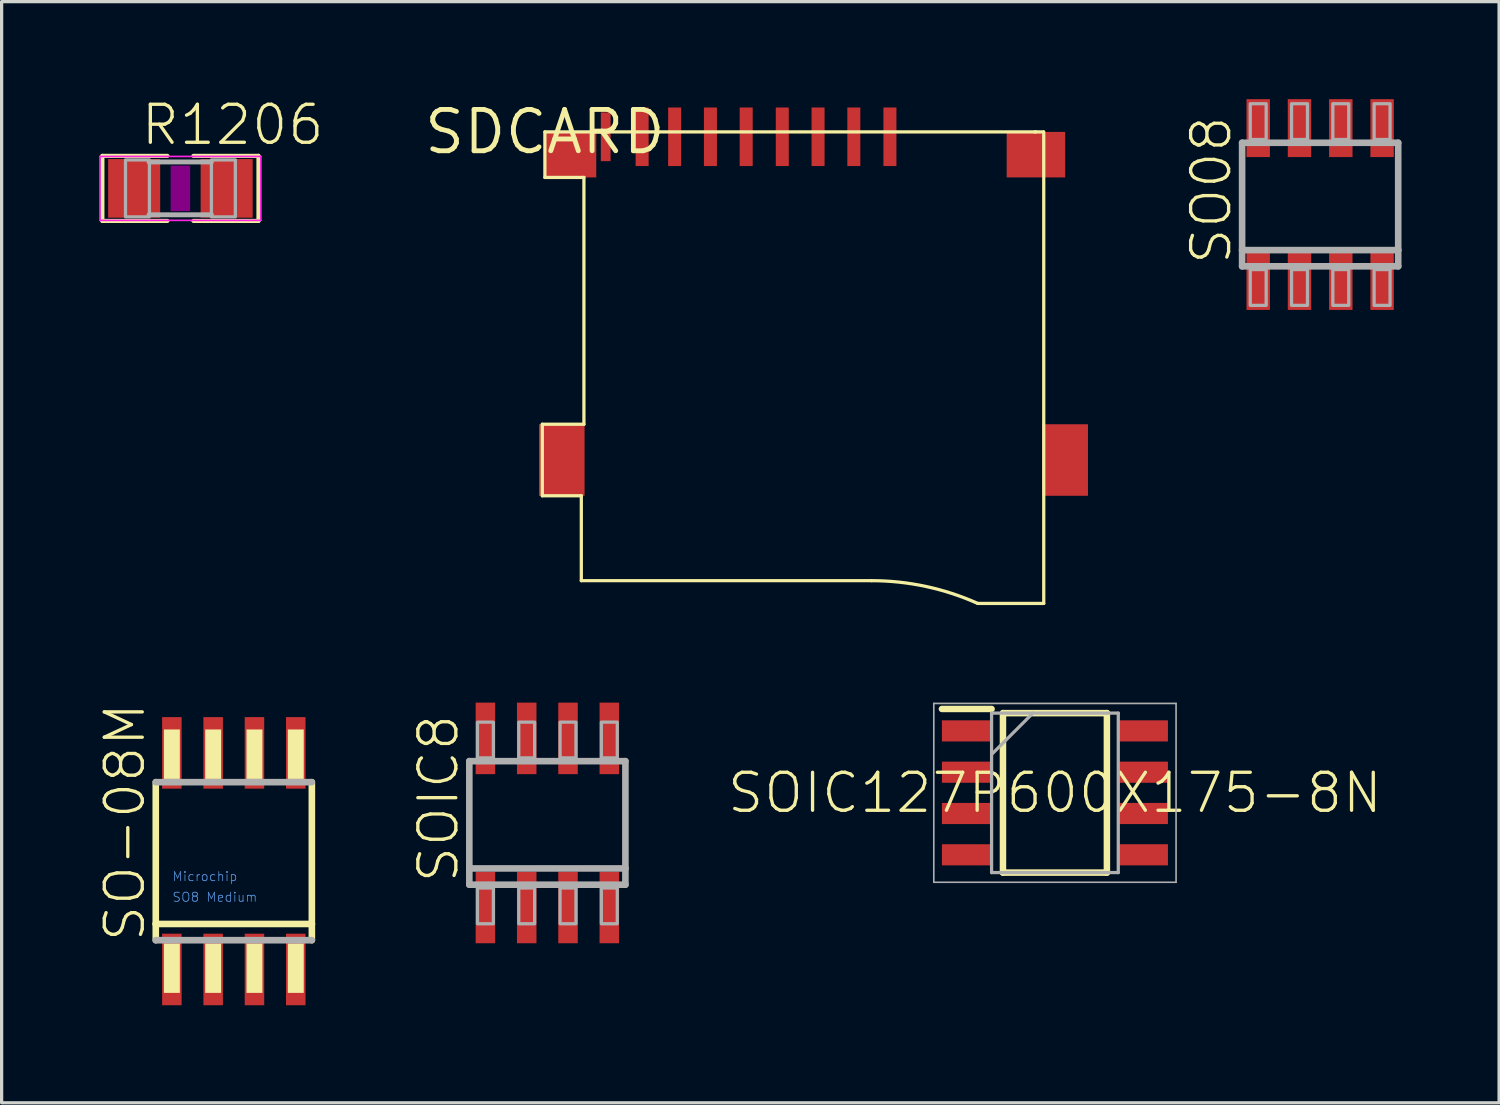
<source format=kicad_pcb>
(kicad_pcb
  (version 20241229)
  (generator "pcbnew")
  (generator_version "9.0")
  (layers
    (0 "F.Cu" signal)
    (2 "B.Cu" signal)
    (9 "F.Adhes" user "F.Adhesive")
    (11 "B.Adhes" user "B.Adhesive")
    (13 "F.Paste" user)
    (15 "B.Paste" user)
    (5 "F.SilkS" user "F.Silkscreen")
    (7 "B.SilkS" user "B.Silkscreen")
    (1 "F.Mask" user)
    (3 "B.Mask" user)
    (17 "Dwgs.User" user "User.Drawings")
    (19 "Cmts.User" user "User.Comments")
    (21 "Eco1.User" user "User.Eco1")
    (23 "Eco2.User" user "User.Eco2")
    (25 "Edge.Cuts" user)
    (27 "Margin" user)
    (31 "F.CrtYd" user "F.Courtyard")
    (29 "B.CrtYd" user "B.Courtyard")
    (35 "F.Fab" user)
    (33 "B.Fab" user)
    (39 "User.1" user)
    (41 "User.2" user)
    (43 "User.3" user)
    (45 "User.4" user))
  (footprint "SO08"
    (layer "F.Cu")
    (at 37.546 3.24)
    (property "Reference" "SO08" (at -2.667 1.905 90) (layer "F.SilkS") (effects (font (size 1.168 1.168) (thickness 0.102)) (justify left bottom)))
    (fp_line (start -2.4 -1.9) (end 2.4 -1.9) (stroke (width 0.203) (type solid)) (layer "F.Fab"))
    (fp_line (start -2.4 1.4) (end -2.4 -1.9) (stroke (width 0.203) (type solid)) (layer "F.Fab"))
    (fp_line (start -2.4 1.9) (end -2.4 1.4) (stroke (width 0.203) (type solid)) (layer "F.Fab"))
    (fp_line (start 2.4 -1.9) (end 2.4 1.4) (stroke (width 0.203) (type solid)) (layer "F.Fab"))
    (fp_line (start 2.4 1.4) (end -2.4 1.4) (stroke (width 0.203) (type solid)) (layer "F.Fab"))
    (fp_line (start 2.4 1.4) (end 2.4 1.9) (stroke (width 0.203) (type solid)) (layer "F.Fab"))
    (fp_line (start 2.4 1.9) (end -2.4 1.9) (stroke (width 0.203) (type solid)) (layer "F.Fab"))
    (fp_poly (pts (xy -2.15 -2) (xy -1.66 -2) (xy -1.66 -3.1) (xy -2.15 -3.1)) (stroke (width 0.1) (type default)) (fill no) (layer "F.Fab"))
    (fp_poly (pts (xy -2.15 3.1) (xy -1.66 3.1) (xy -1.66 2) (xy -2.15 2)) (stroke (width 0.1) (type default)) (fill no) (layer "F.Fab"))
    (fp_poly (pts (xy -0.88 -2) (xy -0.39 -2) (xy -0.39 -3.1) (xy -0.88 -3.1)) (stroke (width 0.1) (type default)) (fill no) (layer "F.Fab"))
    (fp_poly (pts (xy -0.88 3.1) (xy -0.39 3.1) (xy -0.39 2) (xy -0.88 2)) (stroke (width 0.1) (type default)) (fill no) (layer "F.Fab"))
    (fp_poly (pts (xy 0.39 -2) (xy 0.88 -2) (xy 0.88 -3.1) (xy 0.39 -3.1)) (stroke (width 0.1) (type default)) (fill no) (layer "F.Fab"))
    (fp_poly (pts (xy 0.39 3.1) (xy 0.88 3.1) (xy 0.88 2) (xy 0.39 2)) (stroke (width 0.1) (type default)) (fill no) (layer "F.Fab"))
    (fp_poly (pts (xy 1.66 -2) (xy 2.15 -2) (xy 2.15 -3.1) (xy 1.66 -3.1)) (stroke (width 0.1) (type default)) (fill no) (layer "F.Fab"))
    (fp_poly (pts (xy 1.66 3.1) (xy 2.15 3.1) (xy 2.15 2) (xy 1.66 2)) (stroke (width 0.1) (type default)) (fill no) (layer "F.Fab"))
    (pad "1" smd rect (at -1.905 2.35) (size 0.72 1.78) (layers "F.Cu" "F.Mask" "F.Paste"))
    (pad "2" smd rect (at -0.635 2.35) (size 0.72 1.78) (layers "F.Cu" "F.Mask" "F.Paste"))
    (pad "3" smd rect (at 0.635 2.35) (size 0.72 1.78) (layers "F.Cu" "F.Mask" "F.Paste"))
    (pad "4" smd rect (at 1.905 2.35) (size 0.72 1.78) (layers "F.Cu" "F.Mask" "F.Paste"))
    (pad "5" smd rect (at 1.905 -2.35) (size 0.72 1.78) (layers "F.Cu" "F.Mask" "F.Paste"))
    (pad "6" smd rect (at 0.635 -2.35) (size 0.72 1.78) (layers "F.Cu" "F.Mask" "F.Paste"))
    (pad "7" smd rect (at -0.635 -2.35) (size 0.72 1.78) (layers "F.Cu" "F.Mask" "F.Paste"))
    (pad "8" smd rect (at -1.905 -2.35) (size 0.72 1.78) (layers "F.Cu" "F.Mask" "F.Paste")))
  (footprint "SOIC127P600X175-8N"
    (layer "F.Cu")
    (at 29.39 21.331)
    (property "Reference" "SOIC127P600X175-8N" (at 0 0 0) (layer "F.SilkS") (effects (font (size 1.168 1.168) (thickness 0.102))))
    (fp_line (start -3.475 -2.58) (end -1.948 -2.58) (stroke (width 0.2) (type solid)) (layer "F.SilkS"))
    (fp_line (start -1.598 -2.452) (end 1.598 -2.452) (stroke (width 0.2) (type solid)) (layer "F.SilkS"))
    (fp_line (start -1.598 2.452) (end -1.598 -2.452) (stroke (width 0.2) (type solid)) (layer "F.SilkS"))
    (fp_line (start 1.598 -2.452) (end 1.598 2.452) (stroke (width 0.2) (type solid)) (layer "F.SilkS"))
    (fp_line (start 1.598 2.452) (end -1.598 2.452) (stroke (width 0.2) (type solid)) (layer "F.SilkS"))
    (fp_line (start -3.725 -2.75) (end 3.725 -2.75) (stroke (width 0.05) (type solid)) (layer "F.Fab"))
    (fp_line (start -3.725 2.75) (end -3.725 -2.75) (stroke (width 0.05) (type solid)) (layer "F.Fab"))
    (fp_line (start -1.948 -2.452) (end 1.948 -2.452) (stroke (width 0.1) (type solid)) (layer "F.Fab"))
    (fp_line (start -1.948 -1.182) (end -0.678 -2.452) (stroke (width 0.1) (type solid)) (layer "F.Fab"))
    (fp_line (start -1.948 2.452) (end -1.948 -2.452) (stroke (width 0.1) (type solid)) (layer "F.Fab"))
    (fp_line (start 1.948 -2.452) (end 1.948 2.452) (stroke (width 0.1) (type solid)) (layer "F.Fab"))
    (fp_line (start 1.948 2.452) (end -1.948 2.452) (stroke (width 0.1) (type solid)) (layer "F.Fab"))
    (fp_line (start 3.725 -2.75) (end 3.725 2.75) (stroke (width 0.05) (type solid)) (layer "F.Fab"))
    (fp_line (start 3.725 2.75) (end -3.725 2.75) (stroke (width 0.05) (type solid)) (layer "F.Fab"))
    (pad "1" smd rect (at -2.711 -1.905) (size 1.528 0.65) (layers "F.Cu" "F.Mask" "F.Paste"))
    (pad "2" smd rect (at -2.711 -0.635) (size 1.528 0.65) (layers "F.Cu" "F.Mask" "F.Paste"))
    (pad "3" smd rect (at -2.711 0.635) (size 1.528 0.65) (layers "F.Cu" "F.Mask" "F.Paste"))
    (pad "4" smd rect (at -2.711 1.905) (size 1.528 0.65) (layers "F.Cu" "F.Mask" "F.Paste"))
    (pad "5" smd rect (at 2.711 1.905) (size 1.528 0.65) (layers "F.Cu" "F.Mask" "F.Paste"))
    (pad "6" smd rect (at 2.711 0.635) (size 1.528 0.65) (layers "F.Cu" "F.Mask" "F.Paste"))
    (pad "7" smd rect (at 2.711 -0.635) (size 1.528 0.65) (layers "F.Cu" "F.Mask" "F.Paste"))
    (pad "8" smd rect (at 2.711 -1.905) (size 1.528 0.65) (layers "F.Cu" "F.Mask" "F.Paste")))
  (footprint "R1206"
    (layer "F.Cu")
    (at 2.498 2.743)
    (property "Reference" "R1206" (at -1.27 -1.27 0) (layer "F.SilkS") (effects (font (size 1.168 1.168) (thickness 0.102)) (justify left bottom)))
    (fp_line (start -2.4 -1) (end -0.4 -1) (stroke (width 0.127) (type solid)) (layer "F.SilkS"))
    (fp_line (start -2.4 1) (end -2.4 -1) (stroke (width 0.127) (type solid)) (layer "F.SilkS"))
    (fp_line (start -0.4 1) (end -2.4 1) (stroke (width 0.127) (type solid)) (layer "F.SilkS"))
    (fp_line (start 0.4 -1) (end 2.4 -1) (stroke (width 0.127) (type solid)) (layer "F.SilkS"))
    (fp_line (start 2.4 -1) (end 2.4 1) (stroke (width 0.127) (type solid)) (layer "F.SilkS"))
    (fp_line (start 2.4 1) (end 0.4 1) (stroke (width 0.127) (type solid)) (layer "F.SilkS"))
    (fp_poly (pts (xy -0.3 0.7) (xy 0.3 0.7) (xy 0.3 -0.7) (xy -0.3 -0.7)) (stroke (width 0) (type default)) (fill yes) (layer "F.Adhes"))
    (fp_line (start -2.473 -0.983) (end 2.473 -0.983) (stroke (width 0.051) (type solid)) (layer "F.CrtYd"))
    (fp_line (start -2.473 0.983) (end -2.473 -0.983) (stroke (width 0.051) (type solid)) (layer "F.CrtYd"))
    (fp_line (start 2.473 -0.983) (end 2.473 0.983) (stroke (width 0.051) (type solid)) (layer "F.CrtYd"))
    (fp_line (start 2.473 0.983) (end -2.473 0.983) (stroke (width 0.051) (type solid)) (layer "F.CrtYd"))
    (fp_line (start 0.953 -0.813) (end -0.965 -0.813) (stroke (width 0.152) (type solid)) (layer "F.Fab"))
    (fp_line (start 0.953 0.813) (end -0.965 0.813) (stroke (width 0.152) (type solid)) (layer "F.Fab"))
    (fp_poly (pts (xy -1.689 0.876) (xy -0.953 0.876) (xy -0.953 -0.876) (xy -1.689 -0.876)) (stroke (width 0.1) (type default)) (fill no) (layer "F.Fab"))
    (fp_poly (pts (xy 0.953 0.876) (xy 1.689 0.876) (xy 1.689 -0.876) (xy 0.953 -0.876)) (stroke (width 0.1) (type default)) (fill no) (layer "F.Fab"))
    (pad "1" smd rect (at -1.422 0) (size 1.6 1.803) (layers "F.Cu" "F.Mask" "F.Paste"))
    (pad "2" smd rect (at 1.422 0) (size 1.6 1.803) (layers "F.Cu" "F.Mask" "F.Paste")))
  (footprint "SO-08M"
    (layer "F.Cu")
    (at 4.14 23.432)
    (property "Reference" "SO-08M" (at -2.667 2.54 90) (layer "F.SilkS") (effects (font (size 1.168 1.168) (thickness 0.102)) (justify left bottom)))
    (fp_line (start -2.4 1.93) (end -2.4 -2.43) (stroke (width 0.203) (type solid)) (layer "F.SilkS"))
    (fp_line (start -2.4 2.43) (end -2.4 1.93) (stroke (width 0.203) (type solid)) (layer "F.SilkS"))
    (fp_line (start 2.4 -2.43) (end 2.4 1.93) (stroke (width 0.203) (type solid)) (layer "F.SilkS"))
    (fp_line (start 2.4 1.93) (end -2.4 1.93) (stroke (width 0.203) (type solid)) (layer "F.SilkS"))
    (fp_line (start 2.4 1.93) (end 2.4 2.43) (stroke (width 0.203) (type solid)) (layer "F.SilkS"))
    (fp_poly (pts (xy -2.15 -2.53) (xy -1.66 -2.53) (xy -1.66 -4.05) (xy -2.15 -4.05)) (stroke (width 0) (type default)) (fill yes) (layer "F.SilkS"))
    (fp_poly (pts (xy -2.15 4.05) (xy -1.66 4.05) (xy -1.66 2.53) (xy -2.15 2.53)) (stroke (width 0) (type default)) (fill yes) (layer "F.SilkS"))
    (fp_poly (pts (xy -0.88 -2.53) (xy -0.39 -2.53) (xy -0.39 -4.05) (xy -0.88 -4.05)) (stroke (width 0) (type default)) (fill yes) (layer "F.SilkS"))
    (fp_poly (pts (xy -0.88 4.05) (xy -0.39 4.05) (xy -0.39 2.53) (xy -0.88 2.53)) (stroke (width 0) (type default)) (fill yes) (layer "F.SilkS"))
    (fp_poly (pts (xy 0.39 -2.53) (xy 0.88 -2.53) (xy 0.88 -4.05) (xy 0.39 -4.05)) (stroke (width 0) (type default)) (fill yes) (layer "F.SilkS"))
    (fp_poly (pts (xy 0.39 4.05) (xy 0.88 4.05) (xy 0.88 2.53) (xy 0.39 2.53)) (stroke (width 0) (type default)) (fill yes) (layer "F.SilkS"))
    (fp_poly (pts (xy 1.66 -2.53) (xy 2.15 -2.53) (xy 2.15 -4.05) (xy 1.66 -4.05)) (stroke (width 0) (type default)) (fill yes) (layer "F.SilkS"))
    (fp_poly (pts (xy 1.66 4.05) (xy 2.15 4.05) (xy 2.15 2.53) (xy 1.66 2.53)) (stroke (width 0) (type default)) (fill yes) (layer "F.SilkS"))
    (fp_line (start -2.4 -2.43) (end 2.4 -2.43) (stroke (width 0.203) (type solid)) (layer "F.Fab"))
    (fp_line (start 2.4 2.43) (end -2.4 2.43) (stroke (width 0.203) (type solid)) (layer "F.Fab"))
    (fp_text user "SO8 Medium" (at -1.905 1.27 0) (layer "Cmts.User") (effects (font (size 0.28 0.28) (thickness 0.024)) (justify left bottom)))
    (fp_text user "Microchip" (at -1.905 0.635 0) (layer "Cmts.User") (effects (font (size 0.28 0.28) (thickness 0.024)) (justify left bottom)))
    (pad "1" smd rect (at -1.905 3.33) (size 0.6 2.2) (layers "F.Cu" "F.Mask" "F.Paste"))
    (pad "2" smd rect (at -0.635 3.33) (size 0.6 2.2) (layers "F.Cu" "F.Mask" "F.Paste"))
    (pad "3" smd rect (at 0.635 3.33) (size 0.6 2.2) (layers "F.Cu" "F.Mask" "F.Paste"))
    (pad "4" smd rect (at 1.905 3.33) (size 0.6 2.2) (layers "F.Cu" "F.Mask" "F.Paste"))
    (pad "5" smd rect (at 1.905 -3.33) (size 0.6 2.2) (layers "F.Cu" "F.Mask" "F.Paste"))
    (pad "6" smd rect (at 0.635 -3.33) (size 0.6 2.2) (layers "F.Cu" "F.Mask" "F.Paste"))
    (pad "7" smd rect (at -0.635 -3.33) (size 0.6 2.2) (layers "F.Cu" "F.Mask" "F.Paste"))
    (pad "8" smd rect (at -1.905 -3.33) (size 0.6 2.2) (layers "F.Cu" "F.Mask" "F.Paste")))
  (footprint "SDCARD"
    (layer "F.Cu")
    (at 13.706 1.006)
    (property "Reference" "SDCARD" (at 0 0 0) (layer "F.SilkS") (effects (font (size 1.27 1.27) (thickness 0.15))))
    (fp_line (start -0.08 8.99) (end -0.08 11.19) (stroke (width 0.1) (type solid)) (layer "F.SilkS"))
    (fp_line (start -0.08 8.99) (end 1.2 8.99) (stroke (width 0.1) (type solid)) (layer "F.SilkS"))
    (fp_line (start -0.08 11.19) (end 1.12 11.19) (stroke (width 0.1) (type solid)) (layer "F.SilkS"))
    (fp_line (start 0 0) (end 0 1.4) (stroke (width 0.1) (type solid)) (layer "F.SilkS"))
    (fp_line (start 0 0) (end 15.1 0) (stroke (width 0.1) (type solid)) (layer "F.SilkS"))
    (fp_line (start 0 1.4) (end 1.2 1.4) (stroke (width 0.1) (type solid)) (layer "F.SilkS"))
    (fp_line (start 1.12 11.19) (end 1.12 13.8) (stroke (width 0.1) (type solid)) (layer "F.SilkS"))
    (fp_line (start 1.12 13.8) (end 10.04 13.8) (stroke (width 0.1) (type solid)) (layer "F.SilkS"))
    (fp_line (start 1.2 1.4) (end 1.2 8.99) (stroke (width 0.1) (type solid)) (layer "F.SilkS"))
    (fp_line (start 15.06 0) (end 15.33 0) (stroke (width 0.1) (type solid)) (layer "F.SilkS"))
    (fp_line (start 15.34 0) (end 15.34 14.5) (stroke (width 0.1) (type solid)) (layer "F.SilkS"))
    (fp_line (start 15.34 14.5) (end 13.31 14.5) (stroke (width 0.1) (type solid)) (layer "F.SilkS"))
    (fp_arc (start 10.04 13.8) (mid 11.712042 13.976961) (end 13.31 14.5) (stroke (width 0.1) (type solid)) (layer "F.SilkS"))
    (pad "1" smd rect (at 10.61 0.15 90) (size 1.8 0.4) (layers "F.Cu" "F.Mask" "F.Paste"))
    (pad "2" smd rect (at 9.5 0.15 90) (size 1.8 0.4) (layers "F.Cu" "F.Mask" "F.Paste"))
    (pad "3" smd rect (at 8.4 0.15 90) (size 1.8 0.4) (layers "F.Cu" "F.Mask" "F.Paste"))
    (pad "4" smd rect (at 7.3 0.15 90) (size 1.8 0.4) (layers "F.Cu" "F.Mask" "F.Paste"))
    (pad "5" smd rect (at 6.19 0.15 90) (size 1.8 0.4) (layers "F.Cu" "F.Mask" "F.Paste"))
    (pad "6" smd rect (at 5.09 0.15 90) (size 1.8 0.4) (layers "F.Cu" "F.Mask" "F.Paste"))
    (pad "7" smd rect (at 3.99 0.15 90) (size 1.8 0.4) (layers "F.Cu" "F.Mask" "F.Paste"))
    (pad "8" smd rect (at 2.99 0.15 90) (size 1.8 0.4) (layers "F.Cu" "F.Mask" "F.Paste"))
    (pad "G" smd rect (at 0.8 0.7 270) (size 1.4 1.56) (layers "F.Cu" "F.Mask" "F.Paste"))
    (pad "P$1" smd rect (at 0.52 10.09 180) (size 1.4 2.2) (layers "F.Cu" "F.Mask" "F.Paste"))
    (pad "P$2" smd rect (at 16 10.09 180) (size 1.4 2.2) (layers "F.Cu" "F.Mask" "F.Paste"))
    (pad "P$5" smd rect (at 15.1 0.7 270) (size 1.4 1.8) (layers "F.Cu" "F.Mask" "F.Paste"))
    (pad "SD" smd rect (at 1.87 0.15 90) (size 1.5 0.3) (layers "F.Cu" "F.Mask" "F.Paste")))
  (footprint "SOIC8"
    (layer "F.Cu")
    (at 13.782 22.256)
    (property "Reference" "SOIC8" (at -2.667 1.905 90) (layer "F.SilkS") (effects (font (size 1.168 1.168) (thickness 0.102)) (justify left bottom)))
    (fp_line (start -2.4 -1.9) (end 2.4 -1.9) (stroke (width 0.203) (type solid)) (layer "F.Fab"))
    (fp_line (start -2.4 1.4) (end -2.4 -1.9) (stroke (width 0.203) (type solid)) (layer "F.Fab"))
    (fp_line (start -2.4 1.9) (end -2.4 1.4) (stroke (width 0.203) (type solid)) (layer "F.Fab"))
    (fp_line (start 2.4 -1.9) (end 2.4 1.4) (stroke (width 0.203) (type solid)) (layer "F.Fab"))
    (fp_line (start 2.4 1.4) (end -2.4 1.4) (stroke (width 0.203) (type solid)) (layer "F.Fab"))
    (fp_line (start 2.4 1.4) (end 2.4 1.9) (stroke (width 0.203) (type solid)) (layer "F.Fab"))
    (fp_line (start 2.4 1.9) (end -2.4 1.9) (stroke (width 0.203) (type solid)) (layer "F.Fab"))
    (fp_poly (pts (xy -2.15 -2) (xy -1.66 -2) (xy -1.66 -3.1) (xy -2.15 -3.1)) (stroke (width 0.1) (type default)) (fill no) (layer "F.Fab"))
    (fp_poly (pts (xy -2.15 3.1) (xy -1.66 3.1) (xy -1.66 2) (xy -2.15 2)) (stroke (width 0.1) (type default)) (fill no) (layer "F.Fab"))
    (fp_poly (pts (xy -0.88 -2) (xy -0.39 -2) (xy -0.39 -3.1) (xy -0.88 -3.1)) (stroke (width 0.1) (type default)) (fill no) (layer "F.Fab"))
    (fp_poly (pts (xy -0.88 3.1) (xy -0.39 3.1) (xy -0.39 2) (xy -0.88 2)) (stroke (width 0.1) (type default)) (fill no) (layer "F.Fab"))
    (fp_poly (pts (xy 0.39 -2) (xy 0.88 -2) (xy 0.88 -3.1) (xy 0.39 -3.1)) (stroke (width 0.1) (type default)) (fill no) (layer "F.Fab"))
    (fp_poly (pts (xy 0.39 3.1) (xy 0.88 3.1) (xy 0.88 2) (xy 0.39 2)) (stroke (width 0.1) (type default)) (fill no) (layer "F.Fab"))
    (fp_poly (pts (xy 1.66 -2) (xy 2.15 -2) (xy 2.15 -3.1) (xy 1.66 -3.1)) (stroke (width 0.1) (type default)) (fill no) (layer "F.Fab"))
    (fp_poly (pts (xy 1.66 3.1) (xy 2.15 3.1) (xy 2.15 2) (xy 1.66 2)) (stroke (width 0.1) (type default)) (fill no) (layer "F.Fab"))
    (pad "1" smd rect (at -1.905 2.6) (size 0.6 2.2) (layers "F.Cu" "F.Mask" "F.Paste"))
    (pad "2" smd rect (at -0.635 2.6) (size 0.6 2.2) (layers "F.Cu" "F.Mask" "F.Paste"))
    (pad "3" smd rect (at 0.635 2.6) (size 0.6 2.2) (layers "F.Cu" "F.Mask" "F.Paste"))
    (pad "4" smd rect (at 1.905 2.6) (size 0.6 2.2) (layers "F.Cu" "F.Mask" "F.Paste"))
    (pad "5" smd rect (at 1.905 -2.6) (size 0.6 2.2) (layers "F.Cu" "F.Mask" "F.Paste"))
    (pad "6" smd rect (at 0.635 -2.6) (size 0.6 2.2) (layers "F.Cu" "F.Mask" "F.Paste"))
    (pad "7" smd rect (at -0.635 -2.6) (size 0.6 2.2) (layers "F.Cu" "F.Mask" "F.Paste"))
    (pad "8" smd rect (at -1.905 -2.6) (size 0.6 2.2) (layers "F.Cu" "F.Mask" "F.Paste")))
  (gr_rect
    (start -3 -3)
    (end 43.048 30.862)
    (stroke (width 0.1) (type default))
    (fill no)
    (layer "Edge.Cuts")))
</source>
